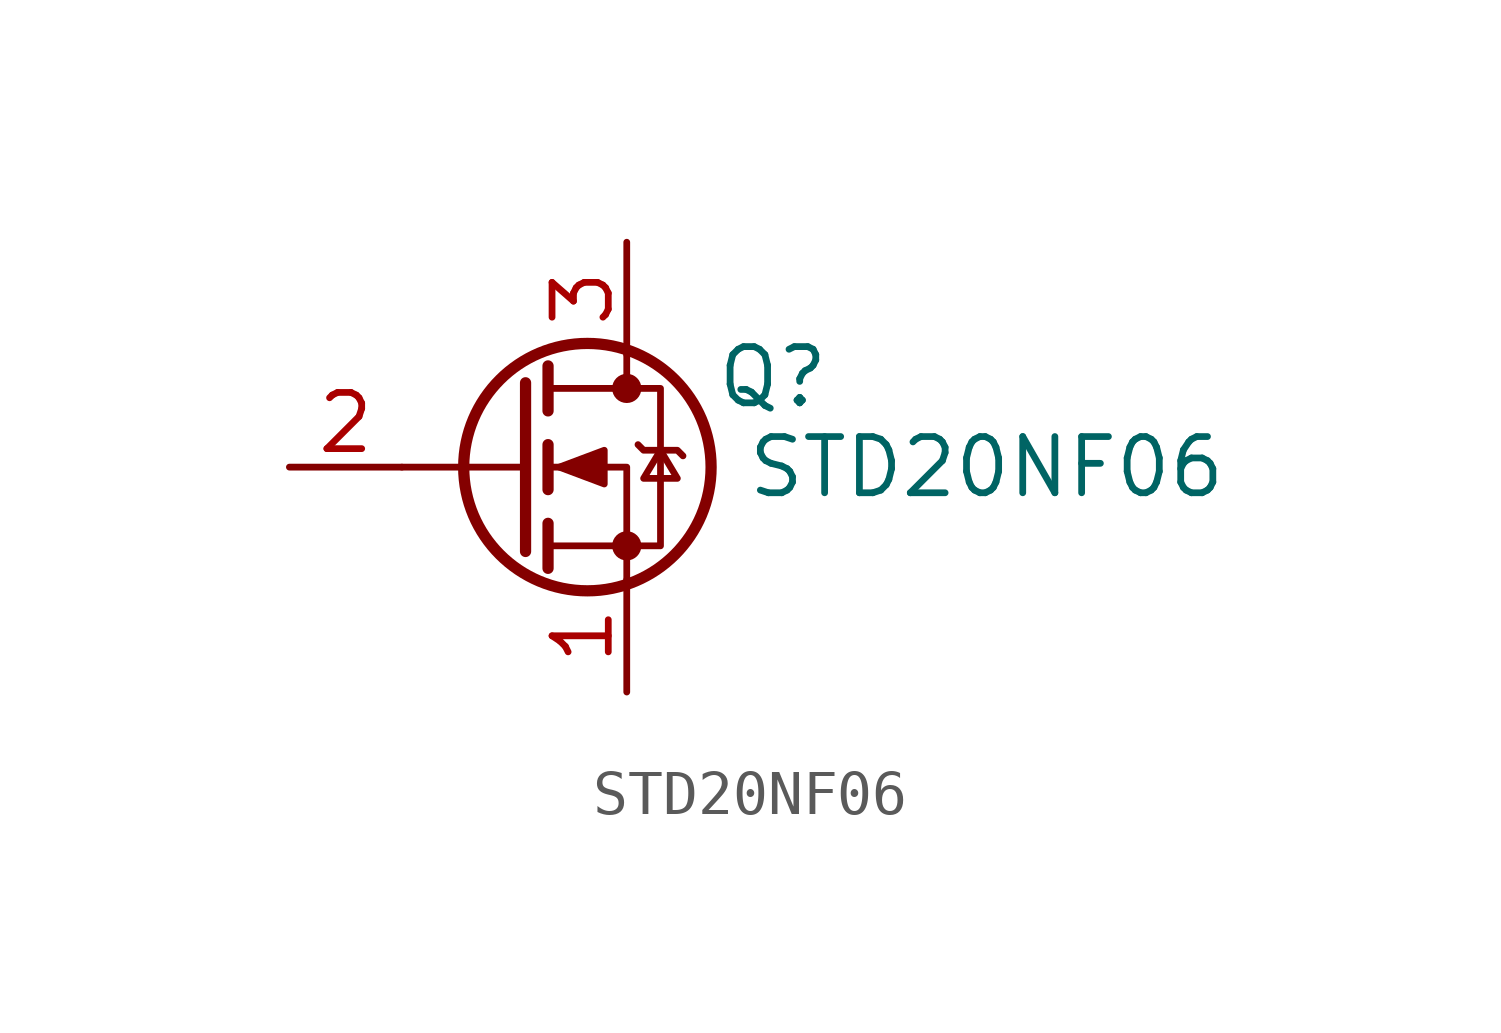
<source format=kicad_sym>
(kicad_symbol_lib
  (version 20211014)
  (generator kicad_symbol_editor)
  (symbol "STD20NF06"
    (pin_names hide)
    (property "Reference" "Q"
      (at 5.842 2.032 0)
      (effects (font (size 1.27 1.27))))
    (property "Value" "STD20NF06"
      (at 10.668 0 0)
      (effects (font (size 1.27 1.27))))
    (symbol "STD20NF06_0_1"
      (polyline (pts (xy 0.254 0) (xy -2.54 0)) (stroke (width 0) (type default) (color 0 0 0 0)) (fill (type none)))
      (polyline (pts (xy 0.254 1.905) (xy 0.254 -1.905)) (stroke (width 0.254) (type default) (color 0 0 0 0)) (fill (type none)))
      (polyline (pts (xy 0.762 -1.27) (xy 0.762 -2.286)) (stroke (width 0.254) (type default) (color 0 0 0 0)) (fill (type none)))
      (polyline (pts (xy 0.762 0.508) (xy 0.762 -0.508)) (stroke (width 0.254) (type default) (color 0 0 0 0)) (fill (type none)))
      (polyline (pts (xy 0.762 2.286) (xy 0.762 1.27)) (stroke (width 0.254) (type default) (color 0 0 0 0)) (fill (type none)))
      (polyline (pts (xy 2.54 2.54) (xy 2.54 1.778)) (stroke (width 0) (type default) (color 0 0 0 0)) (fill (type none)))
      (polyline (pts (xy 2.54 -2.54) (xy 2.54 0) (xy 0.762 0)) (stroke (width 0) (type default) (color 0 0 0 0)) (fill (type none)))
      (polyline (pts (xy 0.762 -1.778) (xy 3.302 -1.778) (xy 3.302 1.778) (xy 0.762 1.778)) (stroke (width 0) (type default) (color 0 0 0 0)) (fill (type none)))
      (polyline (pts (xy 1.016 0) (xy 2.032 0.381) (xy 2.032 -0.381) (xy 1.016 0)) (stroke (width 0) (type default) (color 0 0 0 0)) (fill (type outline)))
      (polyline (pts (xy 2.794 0.508) (xy 2.921 0.381) (xy 3.683 0.381) (xy 3.81 0.254)) (stroke (width 0) (type default) (color 0 0 0 0)) (fill (type none)))
      (polyline (pts (xy 3.302 0.381) (xy 2.921 -0.254) (xy 3.683 -0.254) (xy 3.302 0.381)) (stroke (width 0) (type default) (color 0 0 0 0)) (fill (type none)))
      (circle (center 1.651 0) (radius 2.794) (stroke (width 0.254) (type default) (color 0 0 0 0)) (fill (type none)))
      (circle (center 2.54 -1.778) (radius 0.254) (stroke (width 0) (type default) (color 0 0 0 0)) (fill (type outline)))
      (circle (center 2.54 1.778) (radius 0.254) (stroke (width 0) (type default) (color 0 0 0 0)) (fill (type outline))))
    (symbol "STD20NF06_1_1"
      (pin passive line (at 2.54 -5.08 90) (length 2.54) (name "S" (effects (font (size 1.27 1.27)))) (number "1" (effects (font (size 1.27 1.27)))))
      (pin input line (at -5.08 0 0) (length 2.54) (name "G" (effects (font (size 1.27 1.27)))) (number "2" (effects (font (size 1.27 1.27)))))
      (pin passive line (at 2.54 5.08 270) (length 2.54) (name "D" (effects (font (size 1.27 1.27)))) (number "3" (effects (font (size 1.27 1.27))))))))
</source>
